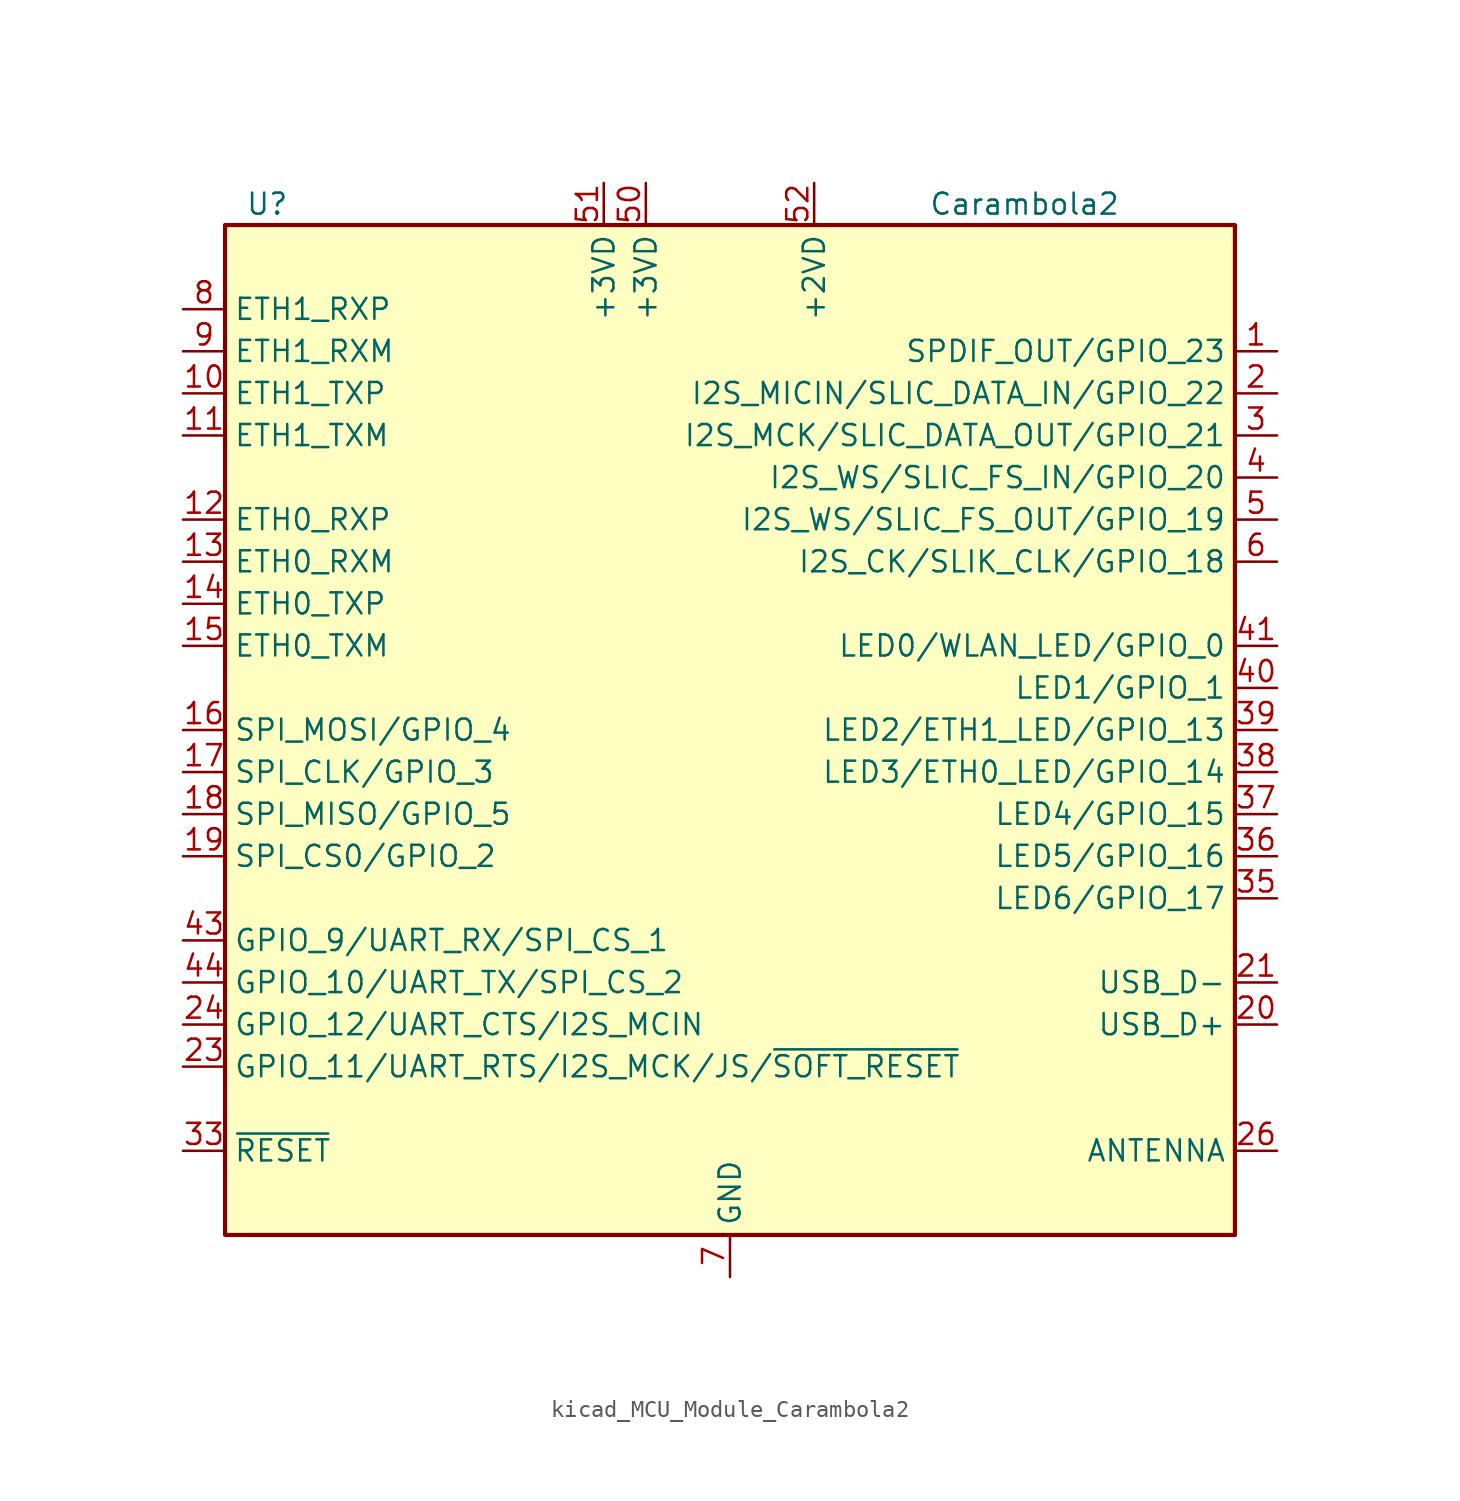
<source format=kicad_sym>
(kicad_symbol_lib
  (version 20220914)
  (generator kicad_symbol_editor)
  (symbol "kicad_MCU_Module_Carambola2"
    (property "Reference" "U"
      (at -27.94 31.75 0)
      (effects (font (size 1.27 1.27))))
    (property "Value" "Carambola2"
      (at 17.78 31.75 0)
      (effects (font (size 1.27 1.27))))
    (symbol "kicad_MCU_Module_Carambola2_0_1"
      (rectangle (start -30.48 30.48) (end 30.48 -30.48) (stroke (width 0.254) (type default)) (fill (type background))))
    (symbol "kicad_MCU_Module_Carambola2_1_1"
      (pin bidirectional line (at 33.02 22.86 180) (length 2.54) (name "SPDIF_OUT/GPIO_23" (effects (font (size 1.27 1.27)))) (number "1" (effects (font (size 1.27 1.27)))))
      (pin output line (at -33.02 20.32 0) (length 2.54) (name "ETH1_TXP" (effects (font (size 1.27 1.27)))) (number "10" (effects (font (size 1.27 1.27)))))
      (pin output line (at -33.02 17.78 0) (length 2.54) (name "ETH1_TXM" (effects (font (size 1.27 1.27)))) (number "11" (effects (font (size 1.27 1.27)))))
      (pin input line (at -33.02 12.7 0) (length 2.54) (name "ETH0_RXP" (effects (font (size 1.27 1.27)))) (number "12" (effects (font (size 1.27 1.27)))))
      (pin input line (at -33.02 10.16 0) (length 2.54) (name "ETH0_RXM" (effects (font (size 1.27 1.27)))) (number "13" (effects (font (size 1.27 1.27)))))
      (pin output line (at -33.02 7.62 0) (length 2.54) (name "ETH0_TXP" (effects (font (size 1.27 1.27)))) (number "14" (effects (font (size 1.27 1.27)))))
      (pin output line (at -33.02 5.08 0) (length 2.54) (name "ETH0_TXM" (effects (font (size 1.27 1.27)))) (number "15" (effects (font (size 1.27 1.27)))))
      (pin bidirectional line (at -33.02 0 0) (length 2.54) (name "SPI_MOSI/GPIO_4" (effects (font (size 1.27 1.27)))) (number "16" (effects (font (size 1.27 1.27)))))
      (pin bidirectional line (at -33.02 -2.54 0) (length 2.54) (name "SPI_CLK/GPIO_3" (effects (font (size 1.27 1.27)))) (number "17" (effects (font (size 1.27 1.27)))))
      (pin bidirectional line (at -33.02 -5.08 0) (length 2.54) (name "SPI_MISO/GPIO_5" (effects (font (size 1.27 1.27)))) (number "18" (effects (font (size 1.27 1.27)))))
      (pin bidirectional line (at -33.02 -7.62 0) (length 2.54) (name "SPI_CS0/GPIO_2" (effects (font (size 1.27 1.27)))) (number "19" (effects (font (size 1.27 1.27)))))
      (pin bidirectional line (at 33.02 20.32 180) (length 2.54) (name "I2S_MICIN/SLIC_DATA_IN/GPIO_22" (effects (font (size 1.27 1.27)))) (number "2" (effects (font (size 1.27 1.27)))))
      (pin bidirectional line (at 33.02 -17.78 180) (length 2.54) (name "USB_D+" (effects (font (size 1.27 1.27)))) (number "20" (effects (font (size 1.27 1.27)))))
      (pin bidirectional line (at 33.02 -15.24 180) (length 2.54) (name "USB_D-" (effects (font (size 1.27 1.27)))) (number "21" (effects (font (size 1.27 1.27)))))
      (pin passive line (at 0 -33.02 90) (length 2.54) hide (name "GND" (effects (font (size 1.27 1.27)))) (number "22" (effects (font (size 1.27 1.27)))))
      (pin output line (at -33.02 -20.32 0) (length 2.54) (name "GPIO_11/UART_RTS/I2S_MCK/JS/~{SOFT_RESET}" (effects (font (size 1.27 1.27)))) (number "23" (effects (font (size 1.27 1.27)))))
      (pin input line (at -33.02 -17.78 0) (length 2.54) (name "GPIO_12/UART_CTS/I2S_MCIN" (effects (font (size 1.27 1.27)))) (number "24" (effects (font (size 1.27 1.27)))))
      (pin passive line (at 0 -33.02 90) (length 2.54) hide (name "GND" (effects (font (size 1.27 1.27)))) (number "25" (effects (font (size 1.27 1.27)))))
      (pin passive line (at 33.02 -25.4 180) (length 2.54) (name "ANTENNA" (effects (font (size 1.27 1.27)))) (number "26" (effects (font (size 1.27 1.27)))))
      (pin passive line (at 0 -33.02 90) (length 2.54) hide (name "GND" (effects (font (size 1.27 1.27)))) (number "27" (effects (font (size 1.27 1.27)))))
      (pin passive line (at 0 -33.02 90) (length 2.54) hide (name "GND" (effects (font (size 1.27 1.27)))) (number "28" (effects (font (size 1.27 1.27)))))
      (pin passive line (at 0 -33.02 90) (length 2.54) hide (name "GND" (effects (font (size 1.27 1.27)))) (number "29" (effects (font (size 1.27 1.27)))))
      (pin bidirectional line (at 33.02 17.78 180) (length 2.54) (name "I2S_MCK/SLIC_DATA_OUT/GPIO_21" (effects (font (size 1.27 1.27)))) (number "3" (effects (font (size 1.27 1.27)))))
      (pin passive line (at 0 -33.02 90) (length 2.54) hide (name "GND" (effects (font (size 1.27 1.27)))) (number "30" (effects (font (size 1.27 1.27)))))
      (pin passive line (at 0 -33.02 90) (length 2.54) hide (name "GND" (effects (font (size 1.27 1.27)))) (number "31" (effects (font (size 1.27 1.27)))))
      (pin passive line (at 0 -33.02 90) (length 2.54) hide (name "GND" (effects (font (size 1.27 1.27)))) (number "32" (effects (font (size 1.27 1.27)))))
      (pin input line (at -33.02 -25.4 0) (length 2.54) (name "~{RESET}" (effects (font (size 1.27 1.27)))) (number "33" (effects (font (size 1.27 1.27)))))
      (pin passive line (at 0 -33.02 90) (length 2.54) hide (name "GND" (effects (font (size 1.27 1.27)))) (number "34" (effects (font (size 1.27 1.27)))))
      (pin bidirectional line (at 33.02 -10.16 180) (length 2.54) (name "LED6/GPIO_17" (effects (font (size 1.27 1.27)))) (number "35" (effects (font (size 1.27 1.27)))))
      (pin bidirectional line (at 33.02 -7.62 180) (length 2.54) (name "LED5/GPIO_16" (effects (font (size 1.27 1.27)))) (number "36" (effects (font (size 1.27 1.27)))))
      (pin bidirectional line (at 33.02 -5.08 180) (length 2.54) (name "LED4/GPIO_15" (effects (font (size 1.27 1.27)))) (number "37" (effects (font (size 1.27 1.27)))))
      (pin bidirectional line (at 33.02 -2.54 180) (length 2.54) (name "LED3/ETH0_LED/GPIO_14" (effects (font (size 1.27 1.27)))) (number "38" (effects (font (size 1.27 1.27)))))
      (pin bidirectional line (at 33.02 0 180) (length 2.54) (name "LED2/ETH1_LED/GPIO_13" (effects (font (size 1.27 1.27)))) (number "39" (effects (font (size 1.27 1.27)))))
      (pin bidirectional line (at 33.02 15.24 180) (length 2.54) (name "I2S_WS/SLIC_FS_IN/GPIO_20" (effects (font (size 1.27 1.27)))) (number "4" (effects (font (size 1.27 1.27)))))
      (pin bidirectional line (at 33.02 2.54 180) (length 2.54) (name "LED1/GPIO_1" (effects (font (size 1.27 1.27)))) (number "40" (effects (font (size 1.27 1.27)))))
      (pin bidirectional line (at 33.02 5.08 180) (length 2.54) (name "LED0/WLAN_LED/GPIO_0" (effects (font (size 1.27 1.27)))) (number "41" (effects (font (size 1.27 1.27)))))
      (pin passive line (at 0 -33.02 90) (length 2.54) hide (name "GND" (effects (font (size 1.27 1.27)))) (number "42" (effects (font (size 1.27 1.27)))))
      (pin bidirectional line (at -33.02 -12.7 0) (length 2.54) (name "GPIO_9/UART_RX/SPI_CS_1" (effects (font (size 1.27 1.27)))) (number "43" (effects (font (size 1.27 1.27)))))
      (pin bidirectional line (at -33.02 -15.24 0) (length 2.54) (name "GPIO_10/UART_TX/SPI_CS_2" (effects (font (size 1.27 1.27)))) (number "44" (effects (font (size 1.27 1.27)))))
      (pin passive line (at 0 -33.02 90) (length 2.54) hide (name "GND" (effects (font (size 1.27 1.27)))) (number "45" (effects (font (size 1.27 1.27)))))
      (pin passive line (at 0 -33.02 90) (length 2.54) hide (name "GND" (effects (font (size 1.27 1.27)))) (number "46" (effects (font (size 1.27 1.27)))))
      (pin passive line (at 0 -33.02 90) (length 2.54) hide (name "GND" (effects (font (size 1.27 1.27)))) (number "47" (effects (font (size 1.27 1.27)))))
      (pin passive line (at 0 -33.02 90) (length 2.54) hide (name "GND" (effects (font (size 1.27 1.27)))) (number "48" (effects (font (size 1.27 1.27)))))
      (pin passive line (at 0 -33.02 90) (length 2.54) hide (name "GND" (effects (font (size 1.27 1.27)))) (number "49" (effects (font (size 1.27 1.27)))))
      (pin bidirectional line (at 33.02 12.7 180) (length 2.54) (name "I2S_WS/SLIC_FS_OUT/GPIO_19" (effects (font (size 1.27 1.27)))) (number "5" (effects (font (size 1.27 1.27)))))
      (pin power_in line (at -5.08 33.02 270) (length 2.54) (name "+3VD" (effects (font (size 1.27 1.27)))) (number "50" (effects (font (size 1.27 1.27)))))
      (pin power_in line (at -7.62 33.02 270) (length 2.54) (name "+3VD" (effects (font (size 1.27 1.27)))) (number "51" (effects (font (size 1.27 1.27)))))
      (pin power_out line (at 5.08 33.02 270) (length 2.54) (name "+2VD" (effects (font (size 1.27 1.27)))) (number "52" (effects (font (size 1.27 1.27)))))
      (pin bidirectional line (at 33.02 10.16 180) (length 2.54) (name "I2S_CK/SLIK_CLK/GPIO_18" (effects (font (size 1.27 1.27)))) (number "6" (effects (font (size 1.27 1.27)))))
      (pin power_in line (at 0 -33.02 90) (length 2.54) (name "GND" (effects (font (size 1.27 1.27)))) (number "7" (effects (font (size 1.27 1.27)))))
      (pin input line (at -33.02 25.4 0) (length 2.54) (name "ETH1_RXP" (effects (font (size 1.27 1.27)))) (number "8" (effects (font (size 1.27 1.27)))))
      (pin input line (at -33.02 22.86 0) (length 2.54) (name "ETH1_RXM" (effects (font (size 1.27 1.27)))) (number "9" (effects (font (size 1.27 1.27))))))))
</source>
